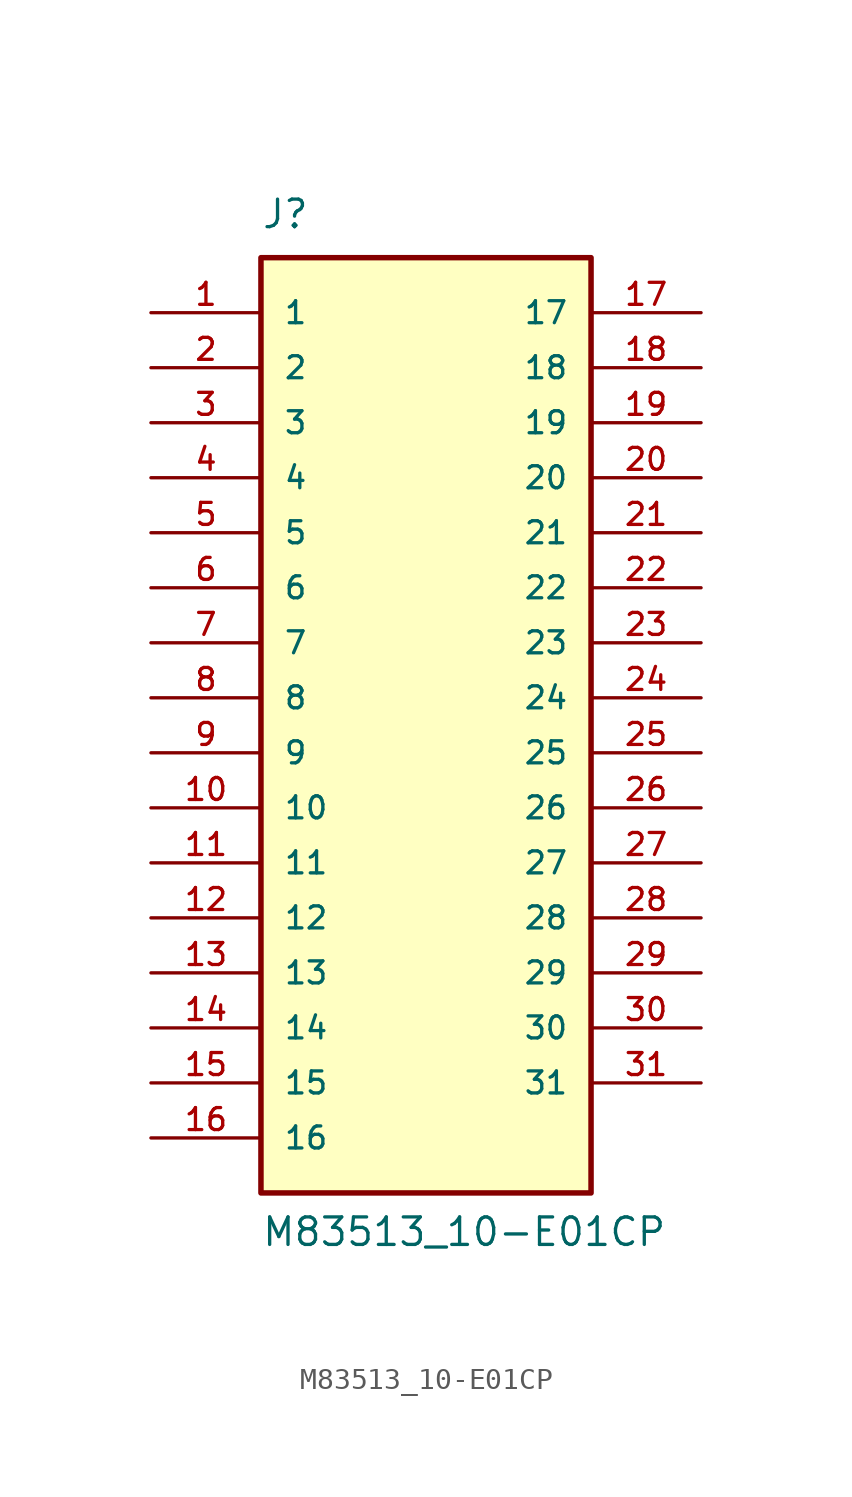
<source format=kicad_sym>
(kicad_symbol_lib
  (version 20211014)
  (generator kicad_symbol_editor)
  (symbol "M83513_10-E01CP"
    (pin_names
      (offset 1.016))
    (property "Reference" "J"
      (at -7.62 21.59 0)
      (effects (font (size 1.27 1.27)) (justify bottom left)))
    (property "Value" "M83513_10-E01CP"
      (at -7.62 -25.4 0)
      (effects (font (size 1.27 1.27)) (justify bottom left)))
    (symbol "M83513_10-E01CP_0_0"
      (rectangle (start -7.62 -22.86) (end 7.62 20.32) (stroke (width 0.254)) (fill (type background)))
      (pin passive line (at -12.7 17.78 0) (length 5.08) (name "1" (effects (font (size 1.016 1.016)))) (number "1" (effects (font (size 1.016 1.016)))))
      (pin passive line (at -12.7 15.24 0) (length 5.08) (name "2" (effects (font (size 1.016 1.016)))) (number "2" (effects (font (size 1.016 1.016)))))
      (pin passive line (at -12.7 12.7 0) (length 5.08) (name "3" (effects (font (size 1.016 1.016)))) (number "3" (effects (font (size 1.016 1.016)))))
      (pin passive line (at -12.7 10.16 0) (length 5.08) (name "4" (effects (font (size 1.016 1.016)))) (number "4" (effects (font (size 1.016 1.016)))))
      (pin passive line (at -12.7 7.62 0) (length 5.08) (name "5" (effects (font (size 1.016 1.016)))) (number "5" (effects (font (size 1.016 1.016)))))
      (pin passive line (at -12.7 5.08 0) (length 5.08) (name "6" (effects (font (size 1.016 1.016)))) (number "6" (effects (font (size 1.016 1.016)))))
      (pin passive line (at -12.7 2.54 0) (length 5.08) (name "7" (effects (font (size 1.016 1.016)))) (number "7" (effects (font (size 1.016 1.016)))))
      (pin passive line (at -12.7 0.0 0) (length 5.08) (name "8" (effects (font (size 1.016 1.016)))) (number "8" (effects (font (size 1.016 1.016)))))
      (pin passive line (at -12.7 -2.54 0) (length 5.08) (name "9" (effects (font (size 1.016 1.016)))) (number "9" (effects (font (size 1.016 1.016)))))
      (pin passive line (at -12.7 -5.08 0) (length 5.08) (name "10" (effects (font (size 1.016 1.016)))) (number "10" (effects (font (size 1.016 1.016)))))
      (pin passive line (at -12.7 -7.62 0) (length 5.08) (name "11" (effects (font (size 1.016 1.016)))) (number "11" (effects (font (size 1.016 1.016)))))
      (pin passive line (at -12.7 -10.16 0) (length 5.08) (name "12" (effects (font (size 1.016 1.016)))) (number "12" (effects (font (size 1.016 1.016)))))
      (pin passive line (at -12.7 -12.7 0) (length 5.08) (name "13" (effects (font (size 1.016 1.016)))) (number "13" (effects (font (size 1.016 1.016)))))
      (pin passive line (at -12.7 -15.24 0) (length 5.08) (name "14" (effects (font (size 1.016 1.016)))) (number "14" (effects (font (size 1.016 1.016)))))
      (pin passive line (at -12.7 -17.78 0) (length 5.08) (name "15" (effects (font (size 1.016 1.016)))) (number "15" (effects (font (size 1.016 1.016)))))
      (pin passive line (at -12.7 -20.32 0) (length 5.08) (name "16" (effects (font (size 1.016 1.016)))) (number "16" (effects (font (size 1.016 1.016)))))
      (pin passive line (at 12.7 17.78 180.0) (length 5.08) (name "17" (effects (font (size 1.016 1.016)))) (number "17" (effects (font (size 1.016 1.016)))))
      (pin passive line (at 12.7 15.24 180.0) (length 5.08) (name "18" (effects (font (size 1.016 1.016)))) (number "18" (effects (font (size 1.016 1.016)))))
      (pin passive line (at 12.7 12.7 180.0) (length 5.08) (name "19" (effects (font (size 1.016 1.016)))) (number "19" (effects (font (size 1.016 1.016)))))
      (pin passive line (at 12.7 10.16 180.0) (length 5.08) (name "20" (effects (font (size 1.016 1.016)))) (number "20" (effects (font (size 1.016 1.016)))))
      (pin passive line (at 12.7 7.62 180.0) (length 5.08) (name "21" (effects (font (size 1.016 1.016)))) (number "21" (effects (font (size 1.016 1.016)))))
      (pin passive line (at 12.7 5.08 180.0) (length 5.08) (name "22" (effects (font (size 1.016 1.016)))) (number "22" (effects (font (size 1.016 1.016)))))
      (pin passive line (at 12.7 2.54 180.0) (length 5.08) (name "23" (effects (font (size 1.016 1.016)))) (number "23" (effects (font (size 1.016 1.016)))))
      (pin passive line (at 12.7 0.0 180.0) (length 5.08) (name "24" (effects (font (size 1.016 1.016)))) (number "24" (effects (font (size 1.016 1.016)))))
      (pin passive line (at 12.7 -2.54 180.0) (length 5.08) (name "25" (effects (font (size 1.016 1.016)))) (number "25" (effects (font (size 1.016 1.016)))))
      (pin passive line (at 12.7 -5.08 180.0) (length 5.08) (name "26" (effects (font (size 1.016 1.016)))) (number "26" (effects (font (size 1.016 1.016)))))
      (pin passive line (at 12.7 -7.62 180.0) (length 5.08) (name "27" (effects (font (size 1.016 1.016)))) (number "27" (effects (font (size 1.016 1.016)))))
      (pin passive line (at 12.7 -10.16 180.0) (length 5.08) (name "28" (effects (font (size 1.016 1.016)))) (number "28" (effects (font (size 1.016 1.016)))))
      (pin passive line (at 12.7 -12.7 180.0) (length 5.08) (name "29" (effects (font (size 1.016 1.016)))) (number "29" (effects (font (size 1.016 1.016)))))
      (pin passive line (at 12.7 -15.24 180.0) (length 5.08) (name "30" (effects (font (size 1.016 1.016)))) (number "30" (effects (font (size 1.016 1.016)))))
      (pin passive line (at 12.7 -17.78 180.0) (length 5.08) (name "31" (effects (font (size 1.016 1.016)))) (number "31" (effects (font (size 1.016 1.016))))))))
</source>
